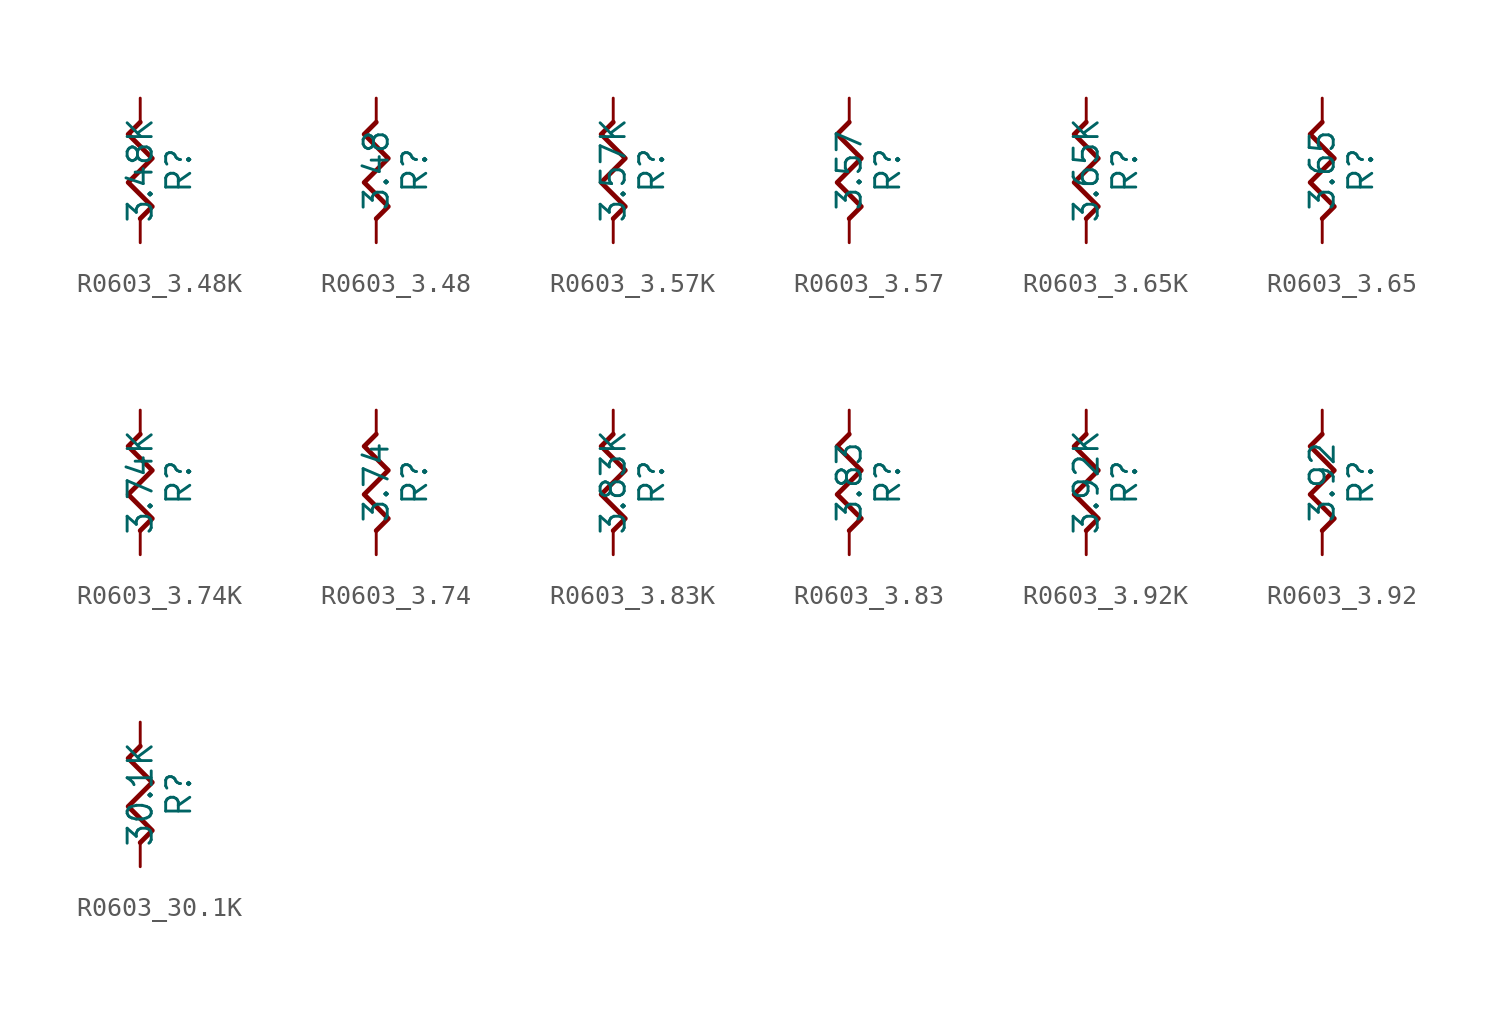
<source format=kicad_sym>
(kicad_symbol_lib
  (version 20211014)
  (generator atlantix-eda)
  (symbol "R0603_3.48K"
    (pin_numbers hide)
    (pin_names
      (offset 0))
    (property "Reference" "R"
      (at 2.032 0 90)
      (effects (font (size 1.27 1.27))))
    (property "Value" "3.48K"
      (at 0 0 90)
      (effects (font (size 1.27 1.27))))
    (symbol "R0603_3.48K_0_1"
      (polyline (pts (xy 0 -2.54) (xy 0.635 -1.905) (xy -0.635 -0.635) (xy 0.635 0.635) (xy -0.635 1.905) (xy 0 2.54)) (stroke (width 0.254) (type default) (color 0 0 0 0)) (fill (type none))))
    (symbol "R0603_3.48K_1_1"
      (pin passive line (at 0 3.81 270) (length 1.27) (name "~" (effects (font (size 1.27 1.27)))) (number "1" (effects (font (size 1.27 1.27)))))
      (pin passive line (at 0 -3.81 90) (length 1.27) (name "~" (effects (font (size 1.27 1.27)))) (number "2" (effects (font (size 1.27 1.27)))))))
  (symbol "R0603_3.48"
    (pin_numbers hide)
    (pin_names
      (offset 0))
    (property "Reference" "R"
      (at 2.032 0 90)
      (effects (font (size 1.27 1.27))))
    (property "Value" "3.48"
      (at 0 0 90)
      (effects (font (size 1.27 1.27))))
    (symbol "R0603_3.48_0_1"
      (polyline (pts (xy 0 -2.54) (xy 0.635 -1.905) (xy -0.635 -0.635) (xy 0.635 0.635) (xy -0.635 1.905) (xy 0 2.54)) (stroke (width 0.254) (type default) (color 0 0 0 0)) (fill (type none))))
    (symbol "R0603_3.48_1_1"
      (pin passive line (at 0 3.81 270) (length 1.27) (name "~" (effects (font (size 1.27 1.27)))) (number "1" (effects (font (size 1.27 1.27)))))
      (pin passive line (at 0 -3.81 90) (length 1.27) (name "~" (effects (font (size 1.27 1.27)))) (number "2" (effects (font (size 1.27 1.27)))))))
  (symbol "R0603_3.57K"
    (pin_numbers hide)
    (pin_names
      (offset 0))
    (property "Reference" "R"
      (at 2.032 0 90)
      (effects (font (size 1.27 1.27))))
    (property "Value" "3.57K"
      (at 0 0 90)
      (effects (font (size 1.27 1.27))))
    (symbol "R0603_3.57K_0_1"
      (polyline (pts (xy 0 -2.54) (xy 0.635 -1.905) (xy -0.635 -0.635) (xy 0.635 0.635) (xy -0.635 1.905) (xy 0 2.54)) (stroke (width 0.254) (type default) (color 0 0 0 0)) (fill (type none))))
    (symbol "R0603_3.57K_1_1"
      (pin passive line (at 0 3.81 270) (length 1.27) (name "~" (effects (font (size 1.27 1.27)))) (number "1" (effects (font (size 1.27 1.27)))))
      (pin passive line (at 0 -3.81 90) (length 1.27) (name "~" (effects (font (size 1.27 1.27)))) (number "2" (effects (font (size 1.27 1.27)))))))
  (symbol "R0603_3.57"
    (pin_numbers hide)
    (pin_names
      (offset 0))
    (property "Reference" "R"
      (at 2.032 0 90)
      (effects (font (size 1.27 1.27))))
    (property "Value" "3.57"
      (at 0 0 90)
      (effects (font (size 1.27 1.27))))
    (symbol "R0603_3.57_0_1"
      (polyline (pts (xy 0 -2.54) (xy 0.635 -1.905) (xy -0.635 -0.635) (xy 0.635 0.635) (xy -0.635 1.905) (xy 0 2.54)) (stroke (width 0.254) (type default) (color 0 0 0 0)) (fill (type none))))
    (symbol "R0603_3.57_1_1"
      (pin passive line (at 0 3.81 270) (length 1.27) (name "~" (effects (font (size 1.27 1.27)))) (number "1" (effects (font (size 1.27 1.27)))))
      (pin passive line (at 0 -3.81 90) (length 1.27) (name "~" (effects (font (size 1.27 1.27)))) (number "2" (effects (font (size 1.27 1.27)))))))
  (symbol "R0603_3.65K"
    (pin_numbers hide)
    (pin_names
      (offset 0))
    (property "Reference" "R"
      (at 2.032 0 90)
      (effects (font (size 1.27 1.27))))
    (property "Value" "3.65K"
      (at 0 0 90)
      (effects (font (size 1.27 1.27))))
    (symbol "R0603_3.65K_0_1"
      (polyline (pts (xy 0 -2.54) (xy 0.635 -1.905) (xy -0.635 -0.635) (xy 0.635 0.635) (xy -0.635 1.905) (xy 0 2.54)) (stroke (width 0.254) (type default) (color 0 0 0 0)) (fill (type none))))
    (symbol "R0603_3.65K_1_1"
      (pin passive line (at 0 3.81 270) (length 1.27) (name "~" (effects (font (size 1.27 1.27)))) (number "1" (effects (font (size 1.27 1.27)))))
      (pin passive line (at 0 -3.81 90) (length 1.27) (name "~" (effects (font (size 1.27 1.27)))) (number "2" (effects (font (size 1.27 1.27)))))))
  (symbol "R0603_3.65"
    (pin_numbers hide)
    (pin_names
      (offset 0))
    (property "Reference" "R"
      (at 2.032 0 90)
      (effects (font (size 1.27 1.27))))
    (property "Value" "3.65"
      (at 0 0 90)
      (effects (font (size 1.27 1.27))))
    (symbol "R0603_3.65_0_1"
      (polyline (pts (xy 0 -2.54) (xy 0.635 -1.905) (xy -0.635 -0.635) (xy 0.635 0.635) (xy -0.635 1.905) (xy 0 2.54)) (stroke (width 0.254) (type default) (color 0 0 0 0)) (fill (type none))))
    (symbol "R0603_3.65_1_1"
      (pin passive line (at 0 3.81 270) (length 1.27) (name "~" (effects (font (size 1.27 1.27)))) (number "1" (effects (font (size 1.27 1.27)))))
      (pin passive line (at 0 -3.81 90) (length 1.27) (name "~" (effects (font (size 1.27 1.27)))) (number "2" (effects (font (size 1.27 1.27)))))))
  (symbol "R0603_3.74K"
    (pin_numbers hide)
    (pin_names
      (offset 0))
    (property "Reference" "R"
      (at 2.032 0 90)
      (effects (font (size 1.27 1.27))))
    (property "Value" "3.74K"
      (at 0 0 90)
      (effects (font (size 1.27 1.27))))
    (symbol "R0603_3.74K_0_1"
      (polyline (pts (xy 0 -2.54) (xy 0.635 -1.905) (xy -0.635 -0.635) (xy 0.635 0.635) (xy -0.635 1.905) (xy 0 2.54)) (stroke (width 0.254) (type default) (color 0 0 0 0)) (fill (type none))))
    (symbol "R0603_3.74K_1_1"
      (pin passive line (at 0 3.81 270) (length 1.27) (name "~" (effects (font (size 1.27 1.27)))) (number "1" (effects (font (size 1.27 1.27)))))
      (pin passive line (at 0 -3.81 90) (length 1.27) (name "~" (effects (font (size 1.27 1.27)))) (number "2" (effects (font (size 1.27 1.27)))))))
  (symbol "R0603_3.74"
    (pin_numbers hide)
    (pin_names
      (offset 0))
    (property "Reference" "R"
      (at 2.032 0 90)
      (effects (font (size 1.27 1.27))))
    (property "Value" "3.74"
      (at 0 0 90)
      (effects (font (size 1.27 1.27))))
    (symbol "R0603_3.74_0_1"
      (polyline (pts (xy 0 -2.54) (xy 0.635 -1.905) (xy -0.635 -0.635) (xy 0.635 0.635) (xy -0.635 1.905) (xy 0 2.54)) (stroke (width 0.254) (type default) (color 0 0 0 0)) (fill (type none))))
    (symbol "R0603_3.74_1_1"
      (pin passive line (at 0 3.81 270) (length 1.27) (name "~" (effects (font (size 1.27 1.27)))) (number "1" (effects (font (size 1.27 1.27)))))
      (pin passive line (at 0 -3.81 90) (length 1.27) (name "~" (effects (font (size 1.27 1.27)))) (number "2" (effects (font (size 1.27 1.27)))))))
  (symbol "R0603_3.83K"
    (pin_numbers hide)
    (pin_names
      (offset 0))
    (property "Reference" "R"
      (at 2.032 0 90)
      (effects (font (size 1.27 1.27))))
    (property "Value" "3.83K"
      (at 0 0 90)
      (effects (font (size 1.27 1.27))))
    (symbol "R0603_3.83K_0_1"
      (polyline (pts (xy 0 -2.54) (xy 0.635 -1.905) (xy -0.635 -0.635) (xy 0.635 0.635) (xy -0.635 1.905) (xy 0 2.54)) (stroke (width 0.254) (type default) (color 0 0 0 0)) (fill (type none))))
    (symbol "R0603_3.83K_1_1"
      (pin passive line (at 0 3.81 270) (length 1.27) (name "~" (effects (font (size 1.27 1.27)))) (number "1" (effects (font (size 1.27 1.27)))))
      (pin passive line (at 0 -3.81 90) (length 1.27) (name "~" (effects (font (size 1.27 1.27)))) (number "2" (effects (font (size 1.27 1.27)))))))
  (symbol "R0603_3.83"
    (pin_numbers hide)
    (pin_names
      (offset 0))
    (property "Reference" "R"
      (at 2.032 0 90)
      (effects (font (size 1.27 1.27))))
    (property "Value" "3.83"
      (at 0 0 90)
      (effects (font (size 1.27 1.27))))
    (symbol "R0603_3.83_0_1"
      (polyline (pts (xy 0 -2.54) (xy 0.635 -1.905) (xy -0.635 -0.635) (xy 0.635 0.635) (xy -0.635 1.905) (xy 0 2.54)) (stroke (width 0.254) (type default) (color 0 0 0 0)) (fill (type none))))
    (symbol "R0603_3.83_1_1"
      (pin passive line (at 0 3.81 270) (length 1.27) (name "~" (effects (font (size 1.27 1.27)))) (number "1" (effects (font (size 1.27 1.27)))))
      (pin passive line (at 0 -3.81 90) (length 1.27) (name "~" (effects (font (size 1.27 1.27)))) (number "2" (effects (font (size 1.27 1.27)))))))
  (symbol "R0603_3.92K"
    (pin_numbers hide)
    (pin_names
      (offset 0))
    (property "Reference" "R"
      (at 2.032 0 90)
      (effects (font (size 1.27 1.27))))
    (property "Value" "3.92K"
      (at 0 0 90)
      (effects (font (size 1.27 1.27))))
    (symbol "R0603_3.92K_0_1"
      (polyline (pts (xy 0 -2.54) (xy 0.635 -1.905) (xy -0.635 -0.635) (xy 0.635 0.635) (xy -0.635 1.905) (xy 0 2.54)) (stroke (width 0.254) (type default) (color 0 0 0 0)) (fill (type none))))
    (symbol "R0603_3.92K_1_1"
      (pin passive line (at 0 3.81 270) (length 1.27) (name "~" (effects (font (size 1.27 1.27)))) (number "1" (effects (font (size 1.27 1.27)))))
      (pin passive line (at 0 -3.81 90) (length 1.27) (name "~" (effects (font (size 1.27 1.27)))) (number "2" (effects (font (size 1.27 1.27)))))))
  (symbol "R0603_3.92"
    (pin_numbers hide)
    (pin_names
      (offset 0))
    (property "Reference" "R"
      (at 2.032 0 90)
      (effects (font (size 1.27 1.27))))
    (property "Value" "3.92"
      (at 0 0 90)
      (effects (font (size 1.27 1.27))))
    (symbol "R0603_3.92_0_1"
      (polyline (pts (xy 0 -2.54) (xy 0.635 -1.905) (xy -0.635 -0.635) (xy 0.635 0.635) (xy -0.635 1.905) (xy 0 2.54)) (stroke (width 0.254) (type default) (color 0 0 0 0)) (fill (type none))))
    (symbol "R0603_3.92_1_1"
      (pin passive line (at 0 3.81 270) (length 1.27) (name "~" (effects (font (size 1.27 1.27)))) (number "1" (effects (font (size 1.27 1.27)))))
      (pin passive line (at 0 -3.81 90) (length 1.27) (name "~" (effects (font (size 1.27 1.27)))) (number "2" (effects (font (size 1.27 1.27)))))))
  (symbol "R0603_30.1K"
    (pin_numbers hide)
    (pin_names
      (offset 0))
    (property "Reference" "R"
      (at 2.032 0 90)
      (effects (font (size 1.27 1.27))))
    (property "Value" "30.1K"
      (at 0 0 90)
      (effects (font (size 1.27 1.27))))
    (symbol "R0603_30.1K_0_1"
      (polyline (pts (xy 0 -2.54) (xy 0.635 -1.905) (xy -0.635 -0.635) (xy 0.635 0.635) (xy -0.635 1.905) (xy 0 2.54)) (stroke (width 0.254) (type default) (color 0 0 0 0)) (fill (type none))))
    (symbol "R0603_30.1K_1_1"
      (pin passive line (at 0 3.81 270) (length 1.27) (name "~" (effects (font (size 1.27 1.27)))) (number "1" (effects (font (size 1.27 1.27)))))
      (pin passive line (at 0 -3.81 90) (length 1.27) (name "~" (effects (font (size 1.27 1.27)))) (number "2" (effects (font (size 1.27 1.27))))))))
</source>
